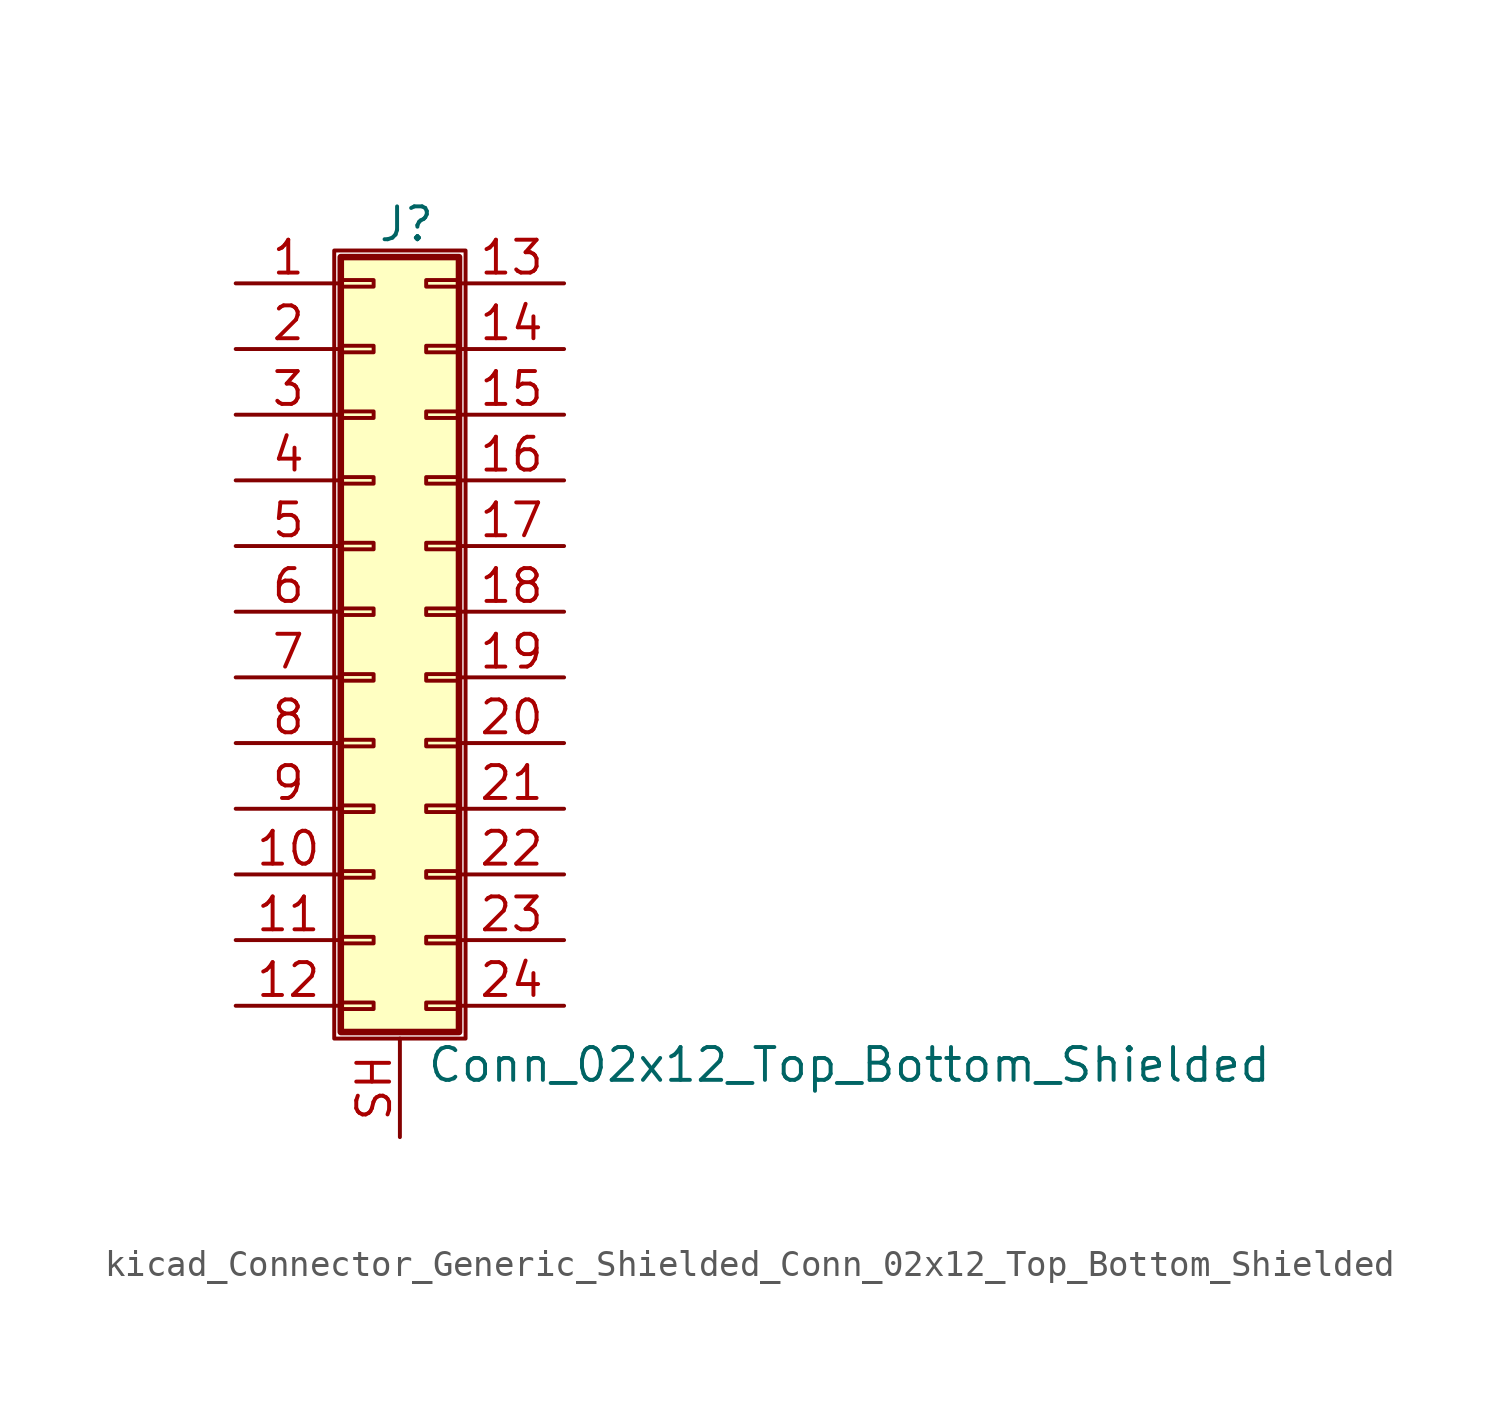
<source format=kicad_sym>
(kicad_symbol_lib
  (version 20220914)
  (generator kicad_symbol_editor)
  (symbol "kicad_Connector_Generic_Shielded_Conn_02x12_Top_Bottom_Shielded"
    (pin_names
      (offset 1.016) hide)
    (property "Reference" "J"
      (at 1.524 14.986 0)
      (effects (font (size 1.27 1.27))))
    (property "Value" "Conn_02x12_Top_Bottom_Shielded"
      (at 2.286 -17.526 0)
      (effects (font (size 1.27 1.27)) (justify left)))
    (symbol "kicad_Connector_Generic_Shielded_Conn_02x12_Top_Bottom_Shielded_1_1"
      (rectangle (start -1.27 13.97) (end 3.81 -16.51) (stroke (width 0.152) (type default)) (fill (type none)))
      (rectangle (start -1.016 -15.113) (end 0.254 -15.367) (stroke (width 0.152) (type default)) (fill (type none)))
      (rectangle (start -1.016 -12.573) (end 0.254 -12.827) (stroke (width 0.152) (type default)) (fill (type none)))
      (rectangle (start -1.016 -10.033) (end 0.254 -10.287) (stroke (width 0.152) (type default)) (fill (type none)))
      (rectangle (start -1.016 -7.493) (end 0.254 -7.747) (stroke (width 0.152) (type default)) (fill (type none)))
      (rectangle (start -1.016 -4.953) (end 0.254 -5.207) (stroke (width 0.152) (type default)) (fill (type none)))
      (rectangle (start -1.016 -2.413) (end 0.254 -2.667) (stroke (width 0.152) (type default)) (fill (type none)))
      (rectangle (start -1.016 0.127) (end 0.254 -0.127) (stroke (width 0.152) (type default)) (fill (type none)))
      (rectangle (start -1.016 2.667) (end 0.254 2.413) (stroke (width 0.152) (type default)) (fill (type none)))
      (rectangle (start -1.016 5.207) (end 0.254 4.953) (stroke (width 0.152) (type default)) (fill (type none)))
      (rectangle (start -1.016 7.747) (end 0.254 7.493) (stroke (width 0.152) (type default)) (fill (type none)))
      (rectangle (start -1.016 10.287) (end 0.254 10.033) (stroke (width 0.152) (type default)) (fill (type none)))
      (rectangle (start -1.016 12.827) (end 0.254 12.573) (stroke (width 0.152) (type default)) (fill (type none)))
      (rectangle (start -1.016 13.716) (end 3.556 -16.256) (stroke (width 0.254) (type default)) (fill (type background)))
      (rectangle (start 3.556 -15.113) (end 2.286 -15.367) (stroke (width 0.152) (type default)) (fill (type none)))
      (rectangle (start 3.556 -12.573) (end 2.286 -12.827) (stroke (width 0.152) (type default)) (fill (type none)))
      (rectangle (start 3.556 -10.033) (end 2.286 -10.287) (stroke (width 0.152) (type default)) (fill (type none)))
      (rectangle (start 3.556 -7.493) (end 2.286 -7.747) (stroke (width 0.152) (type default)) (fill (type none)))
      (rectangle (start 3.556 -4.953) (end 2.286 -5.207) (stroke (width 0.152) (type default)) (fill (type none)))
      (rectangle (start 3.556 -2.413) (end 2.286 -2.667) (stroke (width 0.152) (type default)) (fill (type none)))
      (rectangle (start 3.556 0.127) (end 2.286 -0.127) (stroke (width 0.152) (type default)) (fill (type none)))
      (rectangle (start 3.556 2.667) (end 2.286 2.413) (stroke (width 0.152) (type default)) (fill (type none)))
      (rectangle (start 3.556 5.207) (end 2.286 4.953) (stroke (width 0.152) (type default)) (fill (type none)))
      (rectangle (start 3.556 7.747) (end 2.286 7.493) (stroke (width 0.152) (type default)) (fill (type none)))
      (rectangle (start 3.556 10.287) (end 2.286 10.033) (stroke (width 0.152) (type default)) (fill (type none)))
      (rectangle (start 3.556 12.827) (end 2.286 12.573) (stroke (width 0.152) (type default)) (fill (type none)))
      (pin passive line (at -5.08 12.7 0) (length 4.064) (name "Pin_1" (effects (font (size 1.27 1.27)))) (number "1" (effects (font (size 1.27 1.27)))))
      (pin passive line (at -5.08 -10.16 0) (length 4.064) (name "Pin_10" (effects (font (size 1.27 1.27)))) (number "10" (effects (font (size 1.27 1.27)))))
      (pin passive line (at -5.08 -12.7 0) (length 4.064) (name "Pin_11" (effects (font (size 1.27 1.27)))) (number "11" (effects (font (size 1.27 1.27)))))
      (pin passive line (at -5.08 -15.24 0) (length 4.064) (name "Pin_12" (effects (font (size 1.27 1.27)))) (number "12" (effects (font (size 1.27 1.27)))))
      (pin passive line (at 7.62 12.7 180) (length 4.064) (name "Pin_13" (effects (font (size 1.27 1.27)))) (number "13" (effects (font (size 1.27 1.27)))))
      (pin passive line (at 7.62 10.16 180) (length 4.064) (name "Pin_14" (effects (font (size 1.27 1.27)))) (number "14" (effects (font (size 1.27 1.27)))))
      (pin passive line (at 7.62 7.62 180) (length 4.064) (name "Pin_15" (effects (font (size 1.27 1.27)))) (number "15" (effects (font (size 1.27 1.27)))))
      (pin passive line (at 7.62 5.08 180) (length 4.064) (name "Pin_16" (effects (font (size 1.27 1.27)))) (number "16" (effects (font (size 1.27 1.27)))))
      (pin passive line (at 7.62 2.54 180) (length 4.064) (name "Pin_17" (effects (font (size 1.27 1.27)))) (number "17" (effects (font (size 1.27 1.27)))))
      (pin passive line (at 7.62 0 180) (length 4.064) (name "Pin_18" (effects (font (size 1.27 1.27)))) (number "18" (effects (font (size 1.27 1.27)))))
      (pin passive line (at 7.62 -2.54 180) (length 4.064) (name "Pin_19" (effects (font (size 1.27 1.27)))) (number "19" (effects (font (size 1.27 1.27)))))
      (pin passive line (at -5.08 10.16 0) (length 4.064) (name "Pin_2" (effects (font (size 1.27 1.27)))) (number "2" (effects (font (size 1.27 1.27)))))
      (pin passive line (at 7.62 -5.08 180) (length 4.064) (name "Pin_20" (effects (font (size 1.27 1.27)))) (number "20" (effects (font (size 1.27 1.27)))))
      (pin passive line (at 7.62 -7.62 180) (length 4.064) (name "Pin_21" (effects (font (size 1.27 1.27)))) (number "21" (effects (font (size 1.27 1.27)))))
      (pin passive line (at 7.62 -10.16 180) (length 4.064) (name "Pin_22" (effects (font (size 1.27 1.27)))) (number "22" (effects (font (size 1.27 1.27)))))
      (pin passive line (at 7.62 -12.7 180) (length 4.064) (name "Pin_23" (effects (font (size 1.27 1.27)))) (number "23" (effects (font (size 1.27 1.27)))))
      (pin passive line (at 7.62 -15.24 180) (length 4.064) (name "Pin_24" (effects (font (size 1.27 1.27)))) (number "24" (effects (font (size 1.27 1.27)))))
      (pin passive line (at -5.08 7.62 0) (length 4.064) (name "Pin_3" (effects (font (size 1.27 1.27)))) (number "3" (effects (font (size 1.27 1.27)))))
      (pin passive line (at -5.08 5.08 0) (length 4.064) (name "Pin_4" (effects (font (size 1.27 1.27)))) (number "4" (effects (font (size 1.27 1.27)))))
      (pin passive line (at -5.08 2.54 0) (length 4.064) (name "Pin_5" (effects (font (size 1.27 1.27)))) (number "5" (effects (font (size 1.27 1.27)))))
      (pin passive line (at -5.08 0 0) (length 4.064) (name "Pin_6" (effects (font (size 1.27 1.27)))) (number "6" (effects (font (size 1.27 1.27)))))
      (pin passive line (at -5.08 -2.54 0) (length 4.064) (name "Pin_7" (effects (font (size 1.27 1.27)))) (number "7" (effects (font (size 1.27 1.27)))))
      (pin passive line (at -5.08 -5.08 0) (length 4.064) (name "Pin_8" (effects (font (size 1.27 1.27)))) (number "8" (effects (font (size 1.27 1.27)))))
      (pin passive line (at -5.08 -7.62 0) (length 4.064) (name "Pin_9" (effects (font (size 1.27 1.27)))) (number "9" (effects (font (size 1.27 1.27)))))
      (pin passive line (at 1.27 -20.32 90) (length 3.81) (name "Shield" (effects (font (size 1.27 1.27)))) (number "SH" (effects (font (size 1.27 1.27))))))))
</source>
